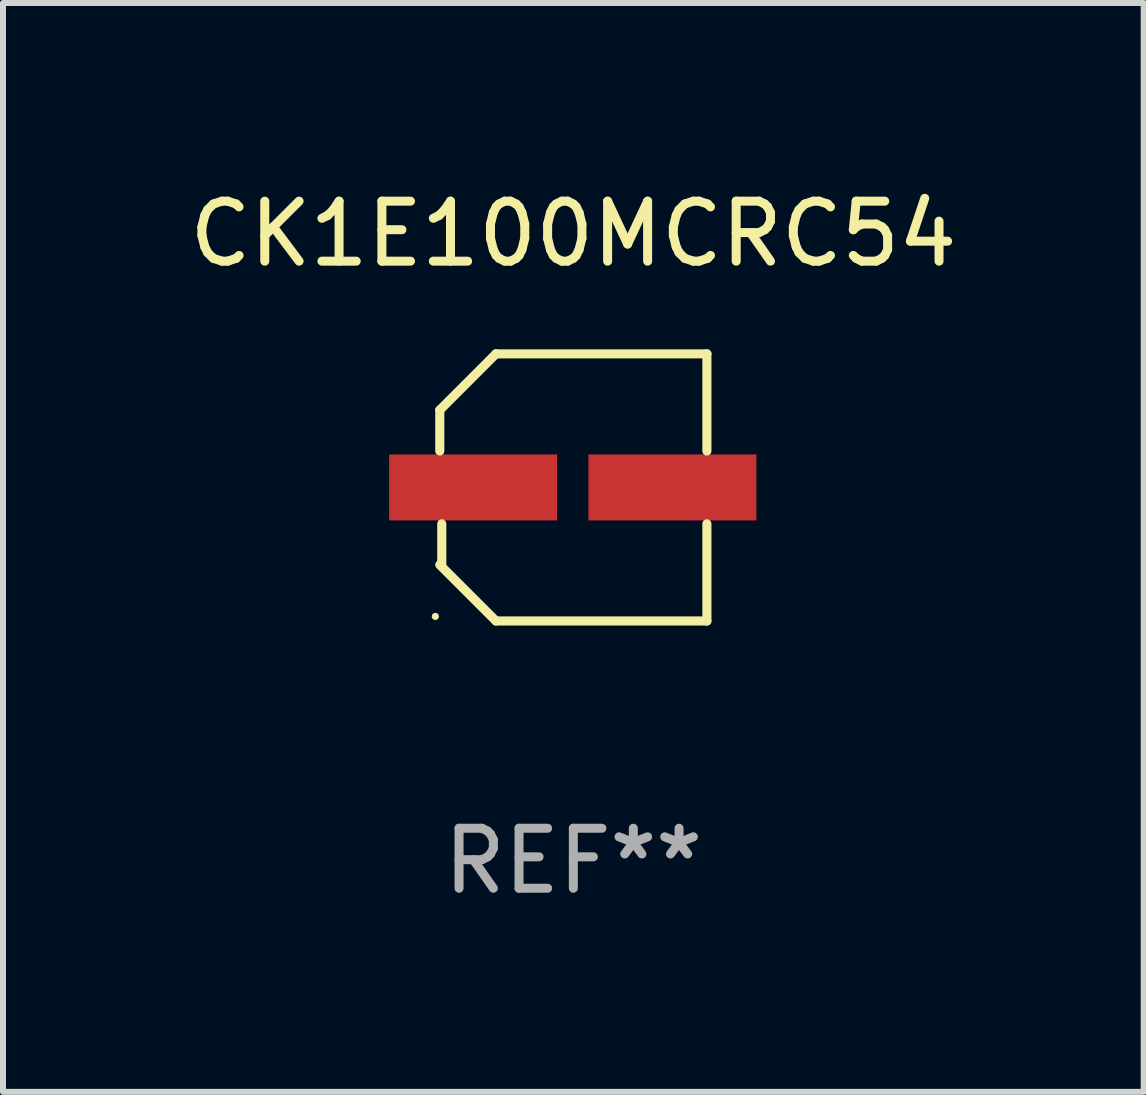
<source format=kicad_pcb>
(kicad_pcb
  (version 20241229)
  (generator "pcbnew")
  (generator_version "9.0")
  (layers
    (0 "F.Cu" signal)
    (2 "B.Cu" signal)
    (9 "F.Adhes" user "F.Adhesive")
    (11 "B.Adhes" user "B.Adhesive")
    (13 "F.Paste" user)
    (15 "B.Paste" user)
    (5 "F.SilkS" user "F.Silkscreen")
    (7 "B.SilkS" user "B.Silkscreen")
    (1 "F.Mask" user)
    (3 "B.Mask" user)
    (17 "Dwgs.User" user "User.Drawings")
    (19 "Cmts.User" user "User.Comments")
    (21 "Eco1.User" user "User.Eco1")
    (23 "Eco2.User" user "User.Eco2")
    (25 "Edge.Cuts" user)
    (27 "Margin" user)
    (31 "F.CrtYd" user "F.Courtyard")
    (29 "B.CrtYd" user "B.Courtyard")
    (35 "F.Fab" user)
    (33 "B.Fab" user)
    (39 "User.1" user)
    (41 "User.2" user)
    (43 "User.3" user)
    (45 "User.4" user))
  (footprint "CK1E100MCRC54"
    (layer "F.Cu")
    (at 6.506 5.074)
    (property "Reference" "CK1E100MCRC54" (at 0 -4.226 0) (layer "F.SilkS") (effects (font (size 1 1) (thickness 0.15))))
    (attr through_hole)
    (fp_line (start -2.226 -1.29) (end -2.226 -0.607) (stroke (width 0.152) (type solid)) (layer "F.SilkS"))
    (fp_line (start -2.193 1.29) (end -2.193 0.607) (stroke (width 0.152) (type solid)) (layer "F.SilkS"))
    (fp_line (start -1.29 2.226) (end -2.226 1.29) (stroke (width 0.152) (type solid)) (layer "F.SilkS"))
    (fp_line (start -1.29 -2.226) (end -2.226 -1.29) (stroke (width 0.152) (type solid)) (layer "F.SilkS"))
    (fp_line (start 2.226 -2.226) (end -1.29 -2.226) (stroke (width 0.152) (type solid)) (layer "F.SilkS"))
    (fp_line (start 2.226 -0.607) (end 2.226 -2.226) (stroke (width 0.152) (type solid)) (layer "F.SilkS"))
    (fp_line (start 2.226 0.607) (end 2.226 2.226) (stroke (width 0.152) (type solid)) (layer "F.SilkS"))
    (fp_line (start 2.226 2.226) (end -1.29 2.226) (stroke (width 0.152) (type solid)) (layer "F.SilkS"))
    (fp_circle (center -2.3 2.15) (end -2.27 2.15) (stroke (width 0.06) (type solid)) (fill no) (layer "F.SilkS"))
    (fp_text user "REF**" (at 0 6.226 0) (layer "F.Fab") (effects (font (size 1 1) (thickness 0.15))))
    (pad "1" smd rect (at -1.67 -0.000025) (size 2.8 1.1) (layers "F.Cu" "F.Mask" "F.Paste"))
    (pad "2" smd rect (at 1.651 -0.000025) (size 2.8 1.1) (layers "F.Cu" "F.Mask" "F.Paste")))
  (gr_rect
    (start -3 -3)
    (end 16.012 15.149)
    (stroke (width 0.1) (type default))
    (fill no)
    (layer "Edge.Cuts")))
</source>
